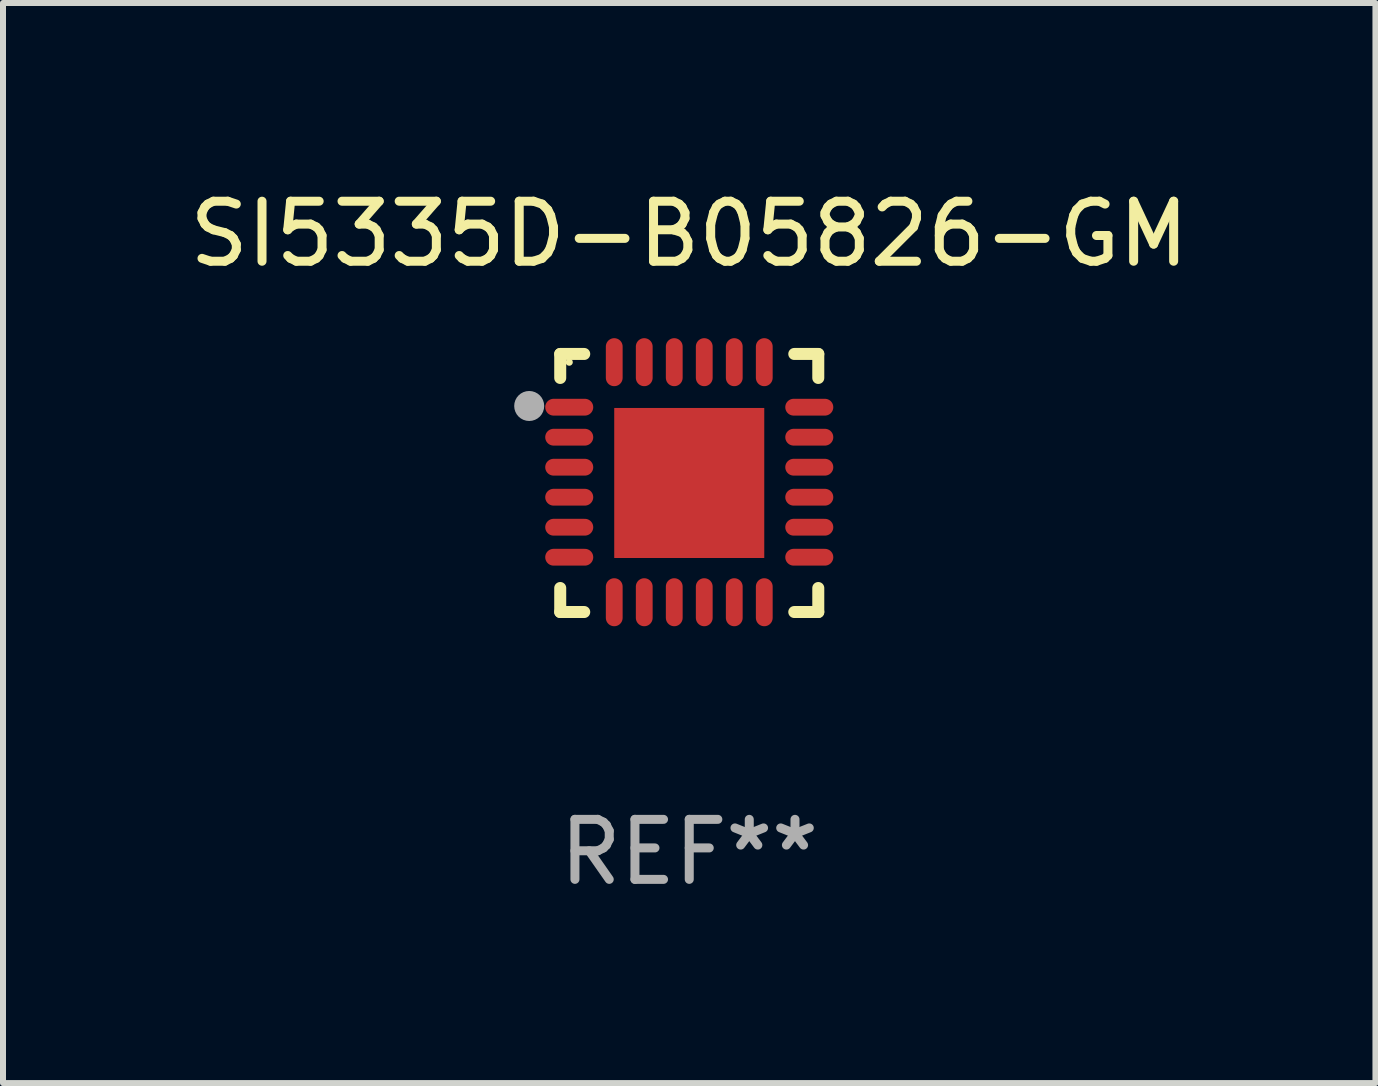
<source format=kicad_pcb>
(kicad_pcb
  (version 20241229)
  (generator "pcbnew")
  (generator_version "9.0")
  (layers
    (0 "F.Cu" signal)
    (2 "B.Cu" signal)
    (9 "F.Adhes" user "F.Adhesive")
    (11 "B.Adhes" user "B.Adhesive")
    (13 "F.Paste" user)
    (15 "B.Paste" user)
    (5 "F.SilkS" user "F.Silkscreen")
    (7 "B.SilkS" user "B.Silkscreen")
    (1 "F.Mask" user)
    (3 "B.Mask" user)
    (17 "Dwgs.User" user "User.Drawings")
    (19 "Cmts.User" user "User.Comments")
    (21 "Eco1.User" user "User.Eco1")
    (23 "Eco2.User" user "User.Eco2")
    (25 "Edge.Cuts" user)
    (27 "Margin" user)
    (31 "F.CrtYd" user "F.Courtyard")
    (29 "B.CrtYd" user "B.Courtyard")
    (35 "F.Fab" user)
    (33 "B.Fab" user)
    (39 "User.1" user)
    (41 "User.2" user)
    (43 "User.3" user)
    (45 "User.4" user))
  (footprint "SI5335D-B05826-GM"
    (layer "F.Cu")
    (at 8.435 4.998)
    (property "Reference" "SI5335D-B05826-GM" (at 0 -4.15 0) (layer "F.SilkS") (effects (font (size 1 1) (thickness 0.15))))
    (attr through_hole)
    (fp_line (start -2.15 -2.15) (end -1.75 -2.15) (stroke (width 0.2) (type solid)) (layer "F.SilkS"))
    (fp_line (start -2.15 -1.75) (end -2.15 -2.15) (stroke (width 0.2) (type solid)) (layer "F.SilkS"))
    (fp_line (start -2.15 2.15) (end -2.15 1.75) (stroke (width 0.2) (type solid)) (layer "F.SilkS"))
    (fp_line (start -1.75 2.15) (end -2.15 2.15) (stroke (width 0.2) (type solid)) (layer "F.SilkS"))
    (fp_line (start 1.75 -2.15) (end 2.15 -2.15) (stroke (width 0.2) (type solid)) (layer "F.SilkS"))
    (fp_line (start 1.75 2.15) (end 2.15 2.15) (stroke (width 0.2) (type solid)) (layer "F.SilkS"))
    (fp_line (start 2.15 -2.15) (end 2.15 -1.75) (stroke (width 0.2) (type solid)) (layer "F.SilkS"))
    (fp_line (start 2.15 2.15) (end 2.15 1.75) (stroke (width 0.2) (type solid)) (layer "F.SilkS"))
    (fp_circle (center -2 -2.013) (end -1.97 -2.013) (stroke (width 0.06) (type solid)) (fill no) (layer "F.SilkS"))
    (fp_circle (center -2.667 -1.283) (end -2.542 -1.283) (stroke (width 0.25) (type solid)) (fill no) (layer "F.Fab"))
    (fp_text user "REF**" (at 0 6.15 0) (layer "F.Fab") (effects (font (size 1 1) (thickness 0.15))))
    (pad "1" smd oval (at -2 -1.263) (size 0.8 0.28) (layers "F.Cu" "F.Mask" "F.Paste"))
    (pad "2" smd oval (at -2 -0.763) (size 0.8 0.28) (layers "F.Cu" "F.Mask" "F.Paste"))
    (pad "3" smd oval (at -2 -0.263) (size 0.8 0.28) (layers "F.Cu" "F.Mask" "F.Paste"))
    (pad "4" smd oval (at -2 0.237) (size 0.8 0.28) (layers "F.Cu" "F.Mask" "F.Paste"))
    (pad "5" smd oval (at -2 0.737) (size 0.8 0.28) (layers "F.Cu" "F.Mask" "F.Paste"))
    (pad "6" smd oval (at -2 1.237) (size 0.8 0.28) (layers "F.Cu" "F.Mask" "F.Paste"))
    (pad "7" smd oval (at -1.25 1.987) (size 0.28 0.8) (layers "F.Cu" "F.Mask" "F.Paste"))
    (pad "8" smd oval (at -0.75 1.987) (size 0.28 0.8) (layers "F.Cu" "F.Mask" "F.Paste"))
    (pad "9" smd oval (at -0.25 1.987) (size 0.28 0.8) (layers "F.Cu" "F.Mask" "F.Paste"))
    (pad "10" smd oval (at 0.25 1.987) (size 0.28 0.8) (layers "F.Cu" "F.Mask" "F.Paste"))
    (pad "11" smd oval (at 0.75 1.987) (size 0.28 0.8) (layers "F.Cu" "F.Mask" "F.Paste"))
    (pad "12" smd oval (at 1.25 1.987) (size 0.28 0.8) (layers "F.Cu" "F.Mask" "F.Paste"))
    (pad "13" smd oval (at 2 1.237) (size 0.8 0.28) (layers "F.Cu" "F.Mask" "F.Paste"))
    (pad "14" smd oval (at 2 0.737) (size 0.8 0.28) (layers "F.Cu" "F.Mask" "F.Paste"))
    (pad "15" smd oval (at 2 0.237) (size 0.8 0.28) (layers "F.Cu" "F.Mask" "F.Paste"))
    (pad "16" smd oval (at 2 -0.263) (size 0.8 0.28) (layers "F.Cu" "F.Mask" "F.Paste"))
    (pad "17" smd oval (at 2 -0.763) (size 0.8 0.28) (layers "F.Cu" "F.Mask" "F.Paste"))
    (pad "18" smd oval (at 2 -1.263) (size 0.8 0.28) (layers "F.Cu" "F.Mask" "F.Paste"))
    (pad "19" smd oval (at 1.25 -2.013) (size 0.28 0.8) (layers "F.Cu" "F.Mask" "F.Paste"))
    (pad "20" smd oval (at 0.75 -2.013) (size 0.28 0.8) (layers "F.Cu" "F.Mask" "F.Paste"))
    (pad "21" smd oval (at 0.25 -2.013) (size 0.28 0.8) (layers "F.Cu" "F.Mask" "F.Paste"))
    (pad "22" smd oval (at -0.25 -2.013) (size 0.28 0.8) (layers "F.Cu" "F.Mask" "F.Paste"))
    (pad "23" smd oval (at -0.75 -2.013) (size 0.28 0.8) (layers "F.Cu" "F.Mask" "F.Paste"))
    (pad "24" smd oval (at -1.25 -2.013) (size 0.28 0.8) (layers "F.Cu" "F.Mask" "F.Paste"))
    (pad "25" smd rect (at -0.000127 -0.00014) (size 2.5 2.5) (layers "F.Cu" "F.Mask" "F.Paste")))
  (gr_rect
    (start -3 -3)
    (end 19.869 14.997)
    (stroke (width 0.1) (type default))
    (fill no)
    (layer "Edge.Cuts")))
</source>
